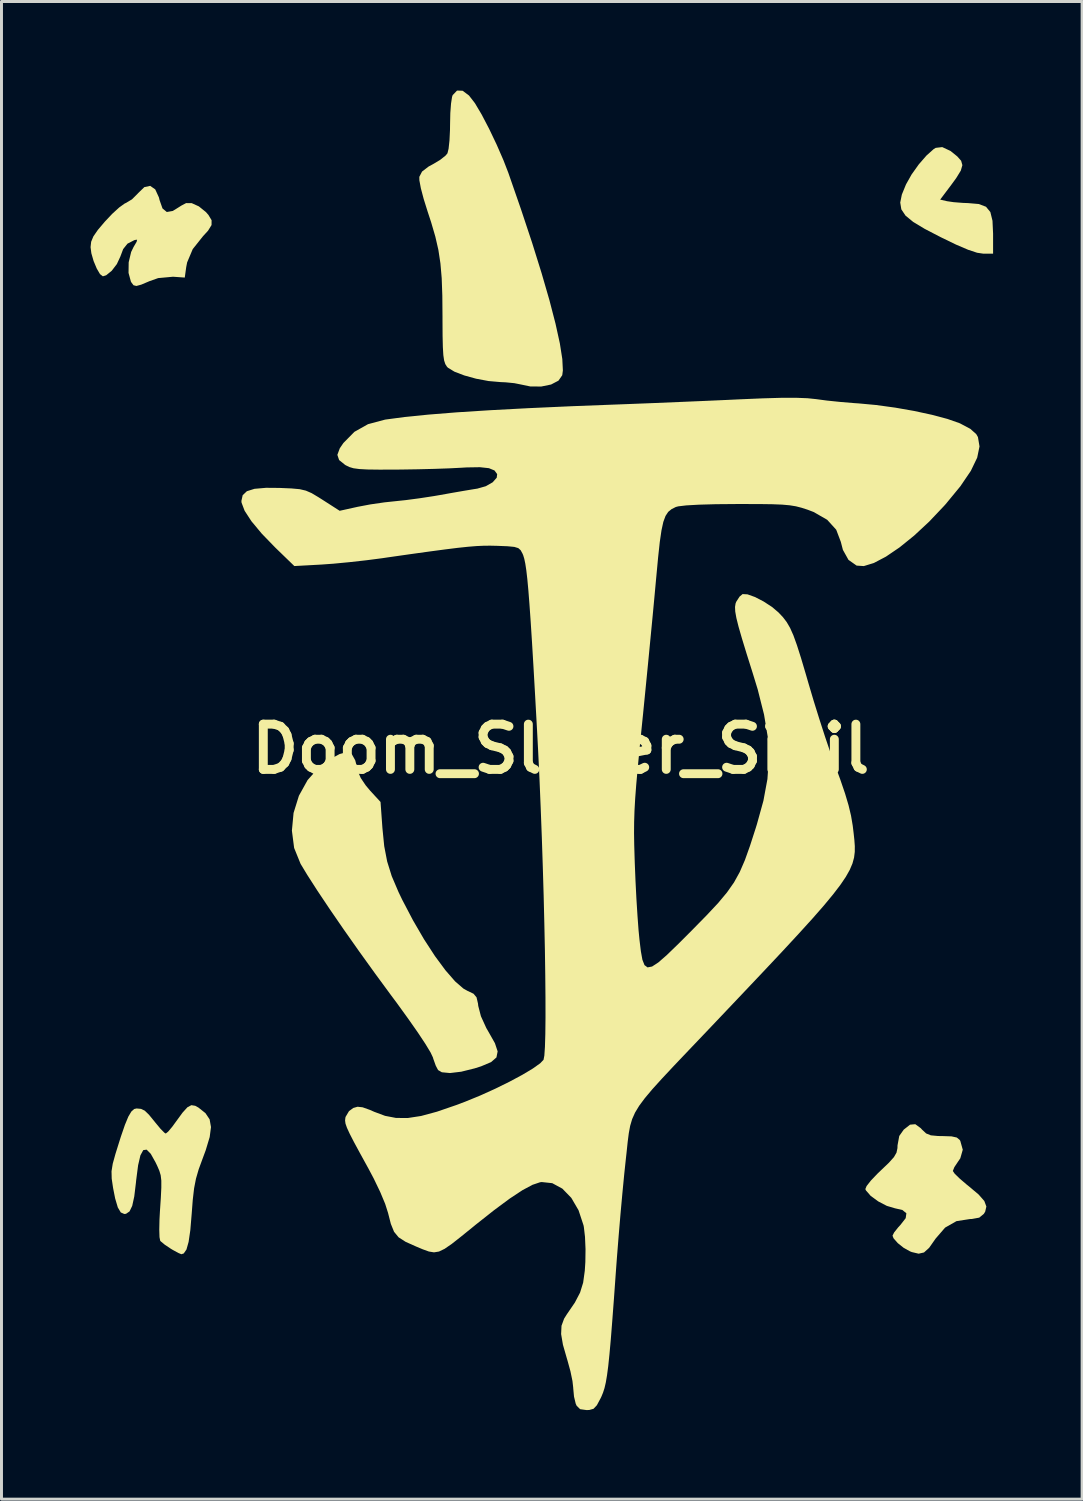
<source format=kicad_pcb>
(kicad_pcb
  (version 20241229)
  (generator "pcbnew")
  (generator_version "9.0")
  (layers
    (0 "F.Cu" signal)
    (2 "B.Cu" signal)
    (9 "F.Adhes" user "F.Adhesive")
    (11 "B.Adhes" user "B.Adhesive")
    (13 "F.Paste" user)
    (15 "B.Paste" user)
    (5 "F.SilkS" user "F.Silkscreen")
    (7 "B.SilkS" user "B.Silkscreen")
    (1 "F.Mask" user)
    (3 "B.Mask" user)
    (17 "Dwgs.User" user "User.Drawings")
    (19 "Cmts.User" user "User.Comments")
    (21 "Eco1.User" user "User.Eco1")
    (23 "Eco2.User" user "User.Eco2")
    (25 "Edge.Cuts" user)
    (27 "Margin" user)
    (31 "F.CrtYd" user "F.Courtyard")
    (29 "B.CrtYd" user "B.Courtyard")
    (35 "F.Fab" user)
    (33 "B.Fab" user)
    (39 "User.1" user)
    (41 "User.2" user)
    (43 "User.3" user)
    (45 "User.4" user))
  (footprint "Doom_Slayer_Sigil"
    (layer "F.Cu")
    (at 15.833 22.173)
    (property "Reference" "Doom_Slayer_Sigil" (at 0 0 0) (layer "F.SilkS") (effects (font (size 1.524 1.524) (thickness 0.3))))
    (attr board_only exclude_from_pos_files exclude_from_bom)
    (fp_poly (pts (xy 13.129 -20.139) (xy 13.356 -19.956) (xy 13.487 -19.809) (xy 13.529 -19.661) (xy 13.476 -19.477) (xy 13.32 -19.223) (xy 13.163 -19.008) (xy 12.781 -18.5) (xy 13.016 -18.446) (xy 13.236 -18.414) (xy 13.54 -18.39) (xy 13.721 -18.383) (xy 14.081 -18.352) (xy 14.324 -18.26) (xy 14.471 -18.082) (xy 14.543 -17.789) (xy 14.563 -17.357) (xy 14.563 -17.353) (xy 14.563 -16.679) (xy 14.237 -16.679) (xy 14.024 -16.711) (xy 13.725 -16.81) (xy 13.318 -16.984) (xy 12.796 -17.237) (xy 12.262 -17.514) (xy 11.872 -17.749) (xy 11.614 -17.961) (xy 11.473 -18.172) (xy 11.436 -18.401) (xy 11.49 -18.669) (xy 11.623 -18.995) (xy 11.634 -19.019) (xy 11.819 -19.348) (xy 12.06 -19.686) (xy 12.32 -19.985) (xy 12.557 -20.197) (xy 12.629 -20.243) (xy 12.851 -20.269)) (stroke (width 0) (type solid)) (fill yes) (layer "F.SilkS"))
    (fp_poly (pts (xy -13.655 -18.845) (xy -13.53 -18.572) (xy -13.509 -18.484) (xy -13.41 -18.203) (xy -13.265 -18.083) (xy -13.066 -18.118) (xy -12.976 -18.172) (xy -12.774 -18.299) (xy -12.616 -18.383) (xy -12.615 -18.383) (xy -12.425 -18.381) (xy -12.185 -18.272) (xy -11.949 -18.082) (xy -11.863 -17.984) (xy -11.757 -17.807) (xy -11.758 -17.644) (xy -11.877 -17.452) (xy -12.045 -17.269) (xy -12.392 -16.833) (xy -12.581 -16.385) (xy -12.612 -16.224) (xy -12.66 -15.875) (xy -13.055 -15.903) (xy -13.556 -15.857) (xy -13.848 -15.754) (xy -14.124 -15.637) (xy -14.289 -15.592) (xy -14.386 -15.616) (xy -14.458 -15.711) (xy -14.475 -15.742) (xy -14.554 -16.032) (xy -14.549 -16.389) (xy -14.466 -16.737) (xy -14.386 -16.902) (xy -14.281 -17.081) (xy -14.266 -17.151) (xy -14.338 -17.141) (xy -14.365 -17.132) (xy -14.59 -17.016) (xy -14.735 -16.834) (xy -14.831 -16.579) (xy -14.948 -16.328) (xy -15.121 -16.103) (xy -15.307 -15.952) (xy -15.419 -15.917) (xy -15.515 -15.991) (xy -15.625 -16.179) (xy -15.73 -16.43) (xy -15.806 -16.692) (xy -15.833 -16.899) (xy -15.813 -17.081) (xy -15.739 -17.26) (xy -15.588 -17.479) (xy -15.351 -17.759) (xy -15.103 -18.022) (xy -14.867 -18.237) (xy -14.683 -18.369) (xy -14.645 -18.386) (xy -14.439 -18.509) (xy -14.246 -18.701) (xy -14.235 -18.715) (xy -14.022 -18.921) (xy -13.824 -18.963)) (stroke (width 0) (type solid)) (fill yes) (layer "F.SilkS"))
    (fp_poly (pts (xy -7.036 0.173) (xy -6.919 0.384) (xy -6.824 0.751) (xy -6.816 0.788) (xy -6.733 0.98) (xy -6.568 1.225) (xy -6.417 1.406) (xy -6.067 1.786) (xy -6.003 2.671) (xy -5.943 3.274) (xy -5.844 3.79) (xy -5.69 4.284) (xy -5.461 4.821) (xy -5.335 5.083) (xy -4.974 5.772) (xy -4.603 6.41) (xy -4.234 6.977) (xy -3.88 7.456) (xy -3.556 7.828) (xy -3.275 8.072) (xy -3.135 8.15) (xy -2.935 8.245) (xy -2.834 8.365) (xy -2.785 8.575) (xy -2.776 8.656) (xy -2.686 9.003) (xy -2.505 9.4) (xy -2.425 9.538) (xy -2.214 9.912) (xy -2.123 10.187) (xy -2.163 10.39) (xy -2.345 10.548) (xy -2.678 10.689) (xy -2.895 10.758) (xy -3.35 10.871) (xy -3.728 10.916) (xy -4.002 10.89) (xy -4.129 10.816) (xy -4.207 10.668) (xy -4.289 10.439) (xy -4.303 10.39) (xy -4.383 10.221) (xy -4.556 9.935) (xy -4.811 9.55) (xy -5.138 9.083) (xy -5.524 8.549) (xy -5.698 8.316) (xy -6.246 7.57) (xy -6.786 6.82) (xy -7.301 6.089) (xy -7.775 5.4) (xy -8.191 4.778) (xy -8.534 4.244) (xy -8.76 3.87) (xy -8.977 3.335) (xy -9.052 2.752) (xy -8.996 2.156) (xy -8.816 1.577) (xy -8.523 1.048) (xy -8.124 0.602) (xy -7.789 0.358) (xy -7.445 0.172) (xy -7.203 0.106)) (stroke (width 0) (type solid)) (fill yes) (layer "F.SilkS"))
    (fp_poly (pts (xy -3.303 -22.167) (xy -3.088 -22.007) (xy -2.888 -21.748) (xy -2.663 -21.369) (xy -2.41 -20.885) (xy -2.156 -20.352) (xy -1.926 -19.824) (xy -1.764 -19.406) (xy -1.338 -18.179) (xy -0.963 -17.05) (xy -0.643 -16.025) (xy -0.379 -15.114) (xy -0.174 -14.323) (xy -0.028 -13.659) (xy 0.055 -13.131) (xy 0.074 -12.747) (xy 0.053 -12.586) (xy -0.074 -12.403) (xy -0.323 -12.273) (xy -0.654 -12.205) (xy -1.025 -12.208) (xy -1.355 -12.277) (xy -1.561 -12.318) (xy -1.854 -12.347) (xy -2.032 -12.355) (xy -2.43 -12.39) (xy -2.85 -12.469) (xy -3.248 -12.579) (xy -3.579 -12.706) (xy -3.797 -12.839) (xy -3.83 -12.873) (xy -3.885 -12.96) (xy -3.925 -13.081) (xy -3.952 -13.264) (xy -3.968 -13.533) (xy -3.977 -13.915) (xy -3.98 -14.436) (xy -3.98 -14.551) (xy -3.986 -15.267) (xy -4.007 -15.855) (xy -4.05 -16.354) (xy -4.119 -16.807) (xy -4.221 -17.253) (xy -4.361 -17.732) (xy -4.481 -18.098) (xy -4.613 -18.52) (xy -4.709 -18.883) (xy -4.759 -19.15) (xy -4.761 -19.267) (xy -4.669 -19.445) (xy -4.447 -19.615) (xy -4.31 -19.689) (xy -4.062 -19.836) (xy -3.873 -19.987) (xy -3.813 -20.06) (xy -3.775 -20.214) (xy -3.745 -20.49) (xy -3.728 -20.841) (xy -3.725 -21.04) (xy -3.717 -21.412) (xy -3.693 -21.733) (xy -3.659 -21.956) (xy -3.638 -22.019) (xy -3.49 -22.173)) (stroke (width 0) (type solid)) (fill yes) (layer "F.SilkS"))
    (fp_poly (pts (xy 12.128 12.774) (xy 12.176 12.827) (xy 12.308 12.95) (xy 12.467 13.014) (xy 12.711 13.037) (xy 12.866 13.039) (xy 13.165 13.049) (xy 13.341 13.088) (xy 13.439 13.169) (xy 13.459 13.202) (xy 13.542 13.499) (xy 13.459 13.788) (xy 13.377 13.908) (xy 13.259 14.085) (xy 13.208 14.213) (xy 13.208 14.215) (xy 13.27 14.306) (xy 13.436 14.468) (xy 13.673 14.671) (xy 13.748 14.731) (xy 14.076 15.007) (xy 14.268 15.226) (xy 14.337 15.411) (xy 14.297 15.585) (xy 14.252 15.658) (xy 14.097 15.786) (xy 13.844 15.832) (xy 13.787 15.833) (xy 13.33 15.904) (xy 12.947 16.122) (xy 12.625 16.495) (xy 12.615 16.51) (xy 12.41 16.802) (xy 12.236 16.959) (xy 12.056 17) (xy 11.828 16.946) (xy 11.769 16.923) (xy 11.555 16.805) (xy 11.352 16.643) (xy 11.211 16.482) (xy 11.176 16.393) (xy 11.231 16.284) (xy 11.368 16.112) (xy 11.441 16.033) (xy 11.62 15.804) (xy 11.643 15.638) (xy 11.507 15.528) (xy 11.258 15.471) (xy 10.985 15.39) (xy 10.695 15.239) (xy 10.442 15.054) (xy 10.281 14.869) (xy 10.261 14.824) (xy 10.303 14.722) (xy 10.446 14.539) (xy 10.665 14.309) (xy 10.785 14.194) (xy 11.056 13.935) (xy 11.223 13.748) (xy 11.31 13.598) (xy 11.342 13.446) (xy 11.345 13.352) (xy 11.403 13.036) (xy 11.553 12.823) (xy 11.766 12.655) (xy 11.943 12.639)) (stroke (width 0) (type solid)) (fill yes) (layer "F.SilkS"))
    (fp_poly (pts (xy -12.307 12.019) (xy -12.198 12.08) (xy -11.963 12.267) (xy -11.823 12.476) (xy -11.777 12.736) (xy -11.821 13.072) (xy -11.954 13.514) (xy -12.061 13.803) (xy -12.192 14.16) (xy -12.283 14.474) (xy -12.346 14.798) (xy -12.391 15.187) (xy -12.427 15.656) (xy -12.473 16.207) (xy -12.531 16.603) (xy -12.603 16.859) (xy -12.694 16.991) (xy -12.774 17.018) (xy -12.873 16.977) (xy -13.057 16.877) (xy -13.123 16.838) (xy -13.329 16.701) (xy -13.47 16.584) (xy -13.488 16.563) (xy -13.511 16.443) (xy -13.519 16.194) (xy -13.512 15.857) (xy -13.497 15.579) (xy -13.466 15.111) (xy -13.45 14.776) (xy -13.45 14.538) (xy -13.471 14.36) (xy -13.516 14.208) (xy -13.587 14.044) (xy -13.642 13.929) (xy -13.806 13.636) (xy -13.944 13.496) (xy -14.058 13.512) (xy -14.154 13.687) (xy -14.232 14.024) (xy -14.297 14.527) (xy -14.305 14.609) (xy -14.361 15.073) (xy -14.43 15.389) (xy -14.52 15.576) (xy -14.639 15.657) (xy -14.697 15.663) (xy -14.815 15.611) (xy -14.915 15.443) (xy -15.005 15.139) (xy -15.074 14.79) (xy -15.121 14.473) (xy -15.127 14.224) (xy -15.086 13.969) (xy -14.993 13.634) (xy -14.987 13.615) (xy -14.815 13.066) (xy -14.676 12.662) (xy -14.561 12.384) (xy -14.459 12.212) (xy -14.363 12.127) (xy -14.281 12.109) (xy -14.133 12.123) (xy -14.008 12.183) (xy -13.867 12.319) (xy -13.67 12.56) (xy -13.643 12.594) (xy -13.476 12.795) (xy -13.347 12.925) (xy -13.3 12.954) (xy -13.221 12.89) (xy -13.082 12.725) (xy -12.956 12.552) (xy -12.733 12.247) (xy -12.57 12.068) (xy -12.438 11.998)) (stroke (width 0) (type solid)) (fill yes) (layer "F.SilkS"))
    (fp_poly (pts (xy 8.313 -11.811) (xy 8.603 -11.781) (xy 8.609 -11.78) (xy 8.962 -11.733) (xy 9.407 -11.687) (xy 9.868 -11.648) (xy 10.033 -11.637) (xy 10.629 -11.582) (xy 11.268 -11.494) (xy 11.907 -11.382) (xy 12.507 -11.252) (xy 13.025 -11.114) (xy 13.42 -10.976) (xy 13.455 -10.961) (xy 13.796 -10.78) (xy 13.996 -10.602) (xy 14.053 -10.503) (xy 14.106 -10.188) (xy 14.028 -9.81) (xy 13.814 -9.365) (xy 13.461 -8.845) (xy 12.967 -8.245) (xy 12.914 -8.186) (xy 12.41 -7.654) (xy 11.904 -7.184) (xy 11.413 -6.787) (xy 10.955 -6.476) (xy 10.548 -6.262) (xy 10.21 -6.158) (xy 9.967 -6.174) (xy 9.693 -6.367) (xy 9.505 -6.704) (xy 9.435 -6.974) (xy 9.28 -7.382) (xy 8.976 -7.717) (xy 8.52 -7.979) (xy 8.315 -8.057) (xy 8.114 -8.122) (xy 7.923 -8.171) (xy 7.714 -8.205) (xy 7.458 -8.228) (xy 7.126 -8.241) (xy 6.691 -8.247) (xy 6.124 -8.248) (xy 5.927 -8.248) (xy 5.225 -8.242) (xy 4.657 -8.226) (xy 4.232 -8.202) (xy 3.961 -8.17) (xy 3.878 -8.148) (xy 3.735 -8.076) (xy 3.621 -7.983) (xy 3.531 -7.846) (xy 3.457 -7.646) (xy 3.395 -7.361) (xy 3.338 -6.971) (xy 3.282 -6.455) (xy 3.22 -5.792) (xy 3.216 -5.751) (xy 3.164 -5.186) (xy 3.099 -4.492) (xy 3.023 -3.706) (xy 2.942 -2.868) (xy 2.858 -2.017) (xy 2.776 -1.189) (xy 2.741 -0.847) (xy 2.659 -0.032) (xy 2.595 0.642) (xy 2.545 1.201) (xy 2.509 1.674) (xy 2.486 2.086) (xy 2.474 2.464) (xy 2.471 2.837) (xy 2.477 3.231) (xy 2.49 3.672) (xy 2.496 3.852) (xy 2.52 4.446) (xy 2.551 5.05) (xy 2.587 5.62) (xy 2.623 6.108) (xy 2.655 6.435) (xy 2.701 6.816) (xy 2.752 7.099) (xy 2.823 7.281) (xy 2.926 7.358) (xy 3.078 7.329) (xy 3.291 7.19) (xy 3.579 6.938) (xy 3.958 6.571) (xy 4.442 6.087) (xy 4.446 6.082) (xy 4.926 5.593) (xy 5.305 5.188) (xy 5.601 4.833) (xy 5.837 4.497) (xy 6.031 4.146) (xy 6.204 3.746) (xy 6.376 3.264) (xy 6.568 2.669) (xy 6.608 2.54) (xy 6.828 1.746) (xy 6.963 1.017) (xy 7.012 0.314) (xy 6.975 -0.398) (xy 6.849 -1.158) (xy 6.636 -2.003) (xy 6.47 -2.546) (xy 6.263 -3.203) (xy 6.105 -3.72) (xy 5.991 -4.116) (xy 5.917 -4.412) (xy 5.879 -4.627) (xy 5.872 -4.782) (xy 5.89 -4.897) (xy 5.912 -4.955) (xy 6.025 -5.13) (xy 6.127 -5.215) (xy 6.293 -5.206) (xy 6.544 -5.116) (xy 6.834 -4.966) (xy 7.118 -4.781) (xy 7.334 -4.598) (xy 7.485 -4.438) (xy 7.612 -4.272) (xy 7.726 -4.076) (xy 7.838 -3.825) (xy 7.957 -3.495) (xy 8.095 -3.061) (xy 8.262 -2.498) (xy 8.346 -2.208) (xy 8.52 -1.621) (xy 8.713 -1.002) (xy 8.907 -0.402) (xy 9.086 0.126) (xy 9.194 0.423) (xy 9.414 1.023) (xy 9.578 1.503) (xy 9.696 1.9) (xy 9.779 2.248) (xy 9.836 2.585) (xy 9.866 2.833) (xy 9.891 3.064) (xy 9.906 3.272) (xy 9.905 3.468) (xy 9.881 3.66) (xy 9.827 3.858) (xy 9.736 4.073) (xy 9.601 4.312) (xy 9.415 4.586) (xy 9.171 4.904) (xy 8.863 5.276) (xy 8.482 5.711) (xy 8.022 6.218) (xy 7.477 6.807) (xy 6.838 7.487) (xy 6.099 8.268) (xy 5.254 9.159) (xy 4.931 9.499) (xy 4.325 10.135) (xy 3.823 10.663) (xy 3.415 11.099) (xy 3.089 11.459) (xy 2.836 11.76) (xy 2.645 12.017) (xy 2.505 12.248) (xy 2.407 12.468) (xy 2.34 12.695) (xy 2.294 12.944) (xy 2.257 13.232) (xy 2.221 13.576) (xy 2.195 13.812) (xy 2.141 14.318) (xy 2.08 14.949) (xy 2.015 15.661) (xy 1.952 16.409) (xy 1.893 17.15) (xy 1.859 17.611) (xy 1.794 18.516) (xy 1.737 19.27) (xy 1.688 19.888) (xy 1.643 20.387) (xy 1.602 20.784) (xy 1.561 21.095) (xy 1.52 21.337) (xy 1.476 21.527) (xy 1.426 21.682) (xy 1.37 21.817) (xy 1.346 21.867) (xy 1.219 22.104) (xy 1.106 22.224) (xy 0.962 22.264) (xy 0.87 22.267) (xy 0.655 22.237) (xy 0.537 22.12) (xy 0.506 22.05) (xy 0.449 21.813) (xy 0.423 21.534) (xy 0.423 21.52) (xy 0.397 21.288) (xy 0.329 20.961) (xy 0.231 20.603) (xy 0.212 20.54) (xy 0.076 20.066) (xy 0.015 19.707) (xy 0.028 19.427) (xy 0.116 19.187) (xy 0.208 19.041) (xy 0.478 18.646) (xy 0.653 18.311) (xy 0.757 17.975) (xy 0.812 17.575) (xy 0.831 17.281) (xy 0.837 16.848) (xy 0.819 16.431) (xy 0.78 16.098) (xy 0.769 16.043) (xy 0.602 15.538) (xy 0.358 15.12) (xy 0.056 14.809) (xy -0.284 14.625) (xy -0.641 14.587) (xy -0.696 14.595) (xy -0.951 14.681) (xy -1.287 14.861) (xy -1.713 15.142) (xy -2.238 15.531) (xy -2.872 16.032) (xy -2.919 16.071) (xy -3.346 16.417) (xy -3.666 16.669) (xy -3.908 16.836) (xy -4.099 16.928) (xy -4.267 16.955) (xy -4.439 16.927) (xy -4.644 16.853) (xy -4.868 16.759) (xy -5.223 16.6) (xy -5.458 16.449) (xy -5.612 16.262) (xy -5.72 15.995) (xy -5.814 15.627) (xy -5.911 15.322) (xy -6.079 14.92) (xy -6.297 14.467) (xy -6.471 14.139) (xy -6.752 13.628) (xy -6.961 13.242) (xy -7.106 12.96) (xy -7.198 12.76) (xy -7.247 12.619) (xy -7.261 12.515) (xy -7.252 12.427) (xy -7.244 12.392) (xy -7.13 12.2) (xy -6.985 12.092) (xy -6.84 12.051) (xy -6.67 12.07) (xy -6.426 12.157) (xy -6.278 12.222) (xy -5.913 12.358) (xy -5.546 12.428) (xy -5.151 12.431) (xy -4.701 12.362) (xy -4.168 12.218) (xy -3.525 11.997) (xy -3.217 11.881) (xy -2.714 11.675) (xy -2.207 11.446) (xy -1.724 11.208) (xy -1.292 10.976) (xy -0.938 10.764) (xy -0.689 10.587) (xy -0.577 10.469) (xy -0.55 10.329) (xy -0.53 10.035) (xy -0.517 9.603) (xy -0.511 9.047) (xy -0.512 8.383) (xy -0.519 7.626) (xy -0.531 6.791) (xy -0.55 5.893) (xy -0.573 4.948) (xy -0.602 3.971) (xy -0.635 2.977) (xy -0.673 1.981) (xy -0.714 0.999) (xy -0.76 0.046) (xy -0.796 -0.635) (xy -0.859 -1.77) (xy -0.915 -2.749) (xy -0.965 -3.583) (xy -1.01 -4.284) (xy -1.051 -4.866) (xy -1.088 -5.34) (xy -1.123 -5.718) (xy -1.157 -6.014) (xy -1.191 -6.238) (xy -1.226 -6.404) (xy -1.262 -6.523) (xy -1.285 -6.577) (xy -1.347 -6.691) (xy -1.427 -6.763) (xy -1.562 -6.804) (xy -1.791 -6.826) (xy -2.146 -6.84) (xy -2.37 -6.845) (xy -2.592 -6.843) (xy -2.834 -6.832) (xy -3.117 -6.809) (xy -3.46 -6.773) (xy -3.884 -6.72) (xy -4.41 -6.65) (xy -5.059 -6.56) (xy -5.851 -6.447) (xy -6.011 -6.423) (xy -6.541 -6.354) (xy -7.114 -6.29) (xy -7.658 -6.238) (xy -8.062 -6.209) (xy -8.97 -6.159) (xy -9.612 -6.781) (xy -10.066 -7.249) (xy -10.414 -7.667) (xy -10.644 -8.02) (xy -10.748 -8.294) (xy -10.753 -8.352) (xy -10.71 -8.545) (xy -10.569 -8.679) (xy -10.312 -8.76) (xy -9.923 -8.794) (xy -9.464 -8.79) (xy -9.069 -8.773) (xy -8.791 -8.748) (xy -8.581 -8.699) (xy -8.386 -8.614) (xy -8.157 -8.477) (xy -8.018 -8.389) (xy -7.443 -8.02) (xy -6.833 -8.155) (xy -6.411 -8.235) (xy -5.936 -8.304) (xy -5.588 -8.341) (xy -5.217 -8.38) (xy -4.756 -8.441) (xy -4.279 -8.514) (xy -4.064 -8.551) (xy -3.65 -8.625) (xy -3.257 -8.693) (xy -2.939 -8.746) (xy -2.806 -8.767) (xy -2.521 -8.848) (xy -2.29 -8.98) (xy -2.154 -9.134) (xy -2.139 -9.255) (xy -2.229 -9.378) (xy -2.416 -9.455) (xy -2.72 -9.488) (xy -3.162 -9.481) (xy -3.35 -9.47) (xy -3.741 -9.45) (xy -4.246 -9.432) (xy -4.81 -9.418) (xy -5.377 -9.409) (xy -5.588 -9.407) (xy -6.116 -9.406) (xy -6.503 -9.411) (xy -6.78 -9.426) (xy -6.976 -9.452) (xy -7.118 -9.494) (xy -7.238 -9.553) (xy -7.26 -9.566) (xy -7.462 -9.729) (xy -7.521 -9.904) (xy -7.439 -10.126) (xy -7.317 -10.304) (xy -6.946 -10.68) (xy -6.489 -10.937) (xy -5.916 -11.09) (xy -5.884 -11.095) (xy -5.254 -11.179) (xy -4.459 -11.259) (xy -3.497 -11.336) (xy -2.368 -11.408) (xy -1.072 -11.477) (xy 0.393 -11.543) (xy 1.566 -11.588) (xy 2.335 -11.617) (xy 3.174 -11.65) (xy 4.034 -11.686) (xy 4.861 -11.721) (xy 5.605 -11.754) (xy 6.027 -11.774) (xy 6.805 -11.807) (xy 7.433 -11.825) (xy 7.929 -11.826)) (stroke (width 0) (type solid)) (fill yes) (layer "F.SilkS")))
  (gr_rect
    (start -3 -3)
    (end 33.395 47.44)
    (stroke (width 0.1) (type default))
    (fill no)
    (layer "Edge.Cuts")))
</source>
